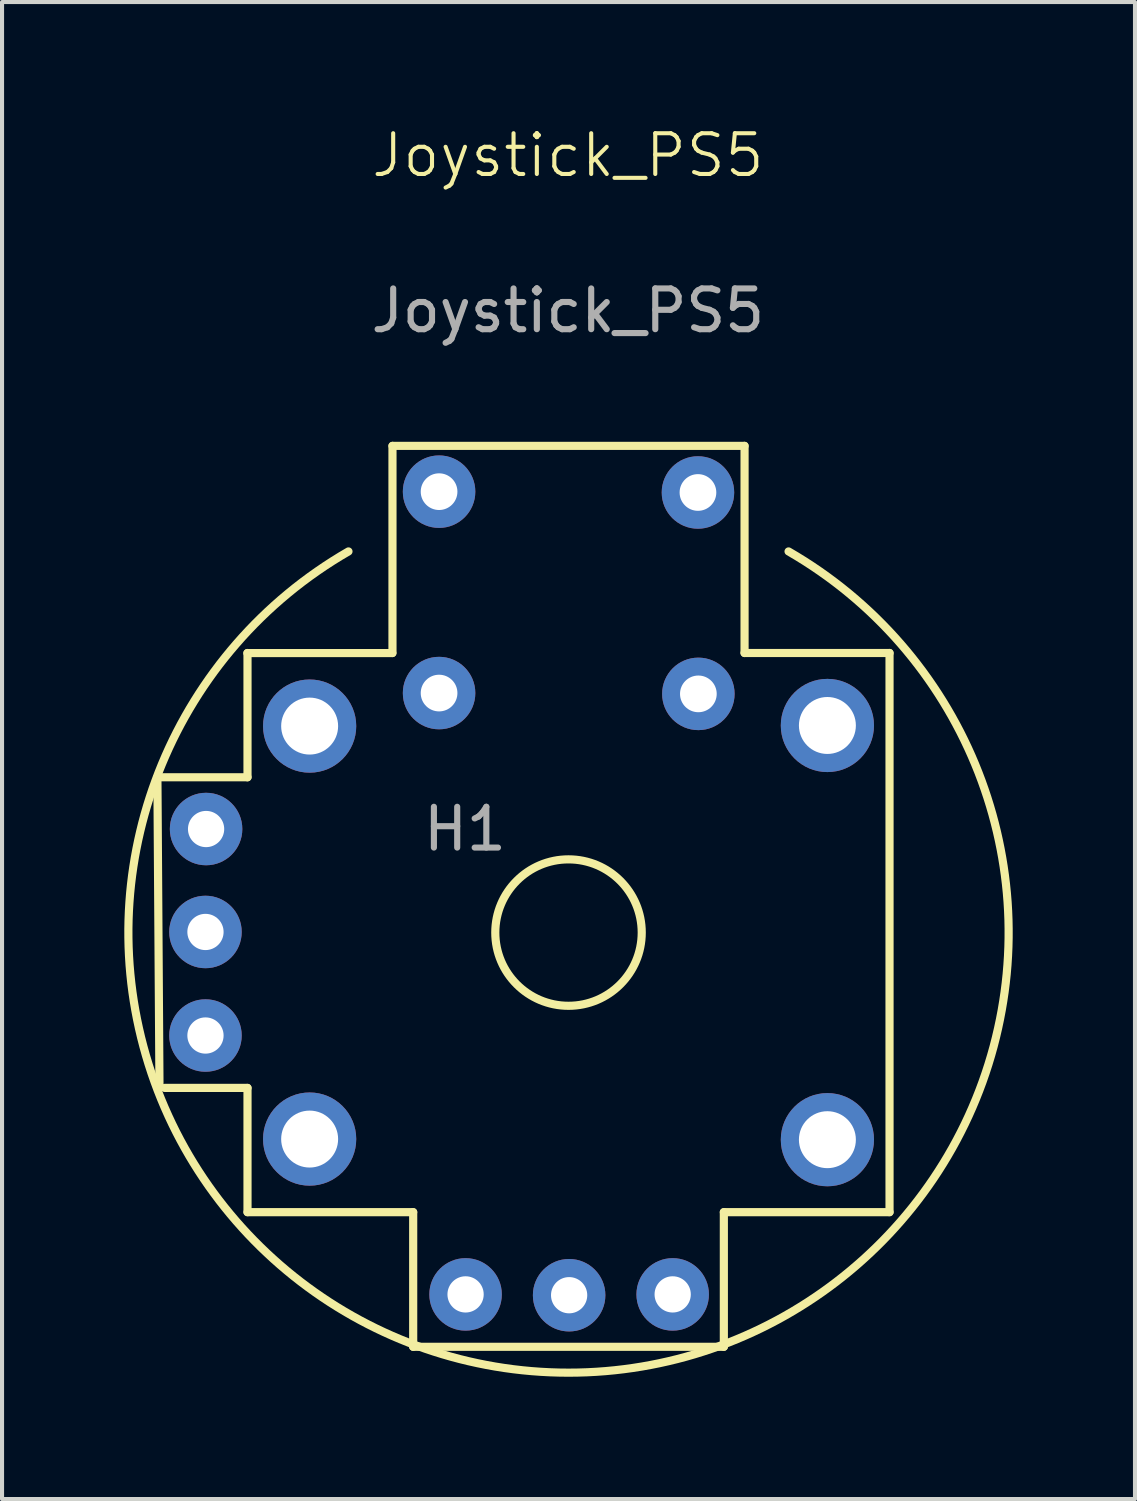
<source format=kicad_pcb>
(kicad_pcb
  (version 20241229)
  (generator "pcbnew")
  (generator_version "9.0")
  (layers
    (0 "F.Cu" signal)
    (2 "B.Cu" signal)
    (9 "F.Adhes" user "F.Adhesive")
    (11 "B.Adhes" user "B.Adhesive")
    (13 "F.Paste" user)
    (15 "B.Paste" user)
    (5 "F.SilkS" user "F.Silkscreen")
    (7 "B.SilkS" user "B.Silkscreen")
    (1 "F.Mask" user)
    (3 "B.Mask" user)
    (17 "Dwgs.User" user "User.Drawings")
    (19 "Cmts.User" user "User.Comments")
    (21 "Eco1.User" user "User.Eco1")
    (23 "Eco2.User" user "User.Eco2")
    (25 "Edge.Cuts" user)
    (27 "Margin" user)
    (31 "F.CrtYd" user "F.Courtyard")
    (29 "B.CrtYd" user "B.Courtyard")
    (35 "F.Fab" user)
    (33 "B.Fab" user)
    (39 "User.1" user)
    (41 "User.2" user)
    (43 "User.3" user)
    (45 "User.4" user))
  (footprint "Joystick_PS5"
    (layer "F.Cu")
    (at 10.895 19.825)
    (property "Reference" "Joystick_PS5" (at -0.015 -19.065 0) (unlocked yes) (layer "F.SilkS") (effects (font (size 1 1) (thickness 0.1))))
    (attr through_hole)
    (fp_line (start -10.084 -3.81) (end -7.874 -3.81) (stroke (width 0.2) (type solid)) (layer "F.SilkS"))
    (fp_line (start -10.033 3.81) (end -10.084 -3.81) (stroke (width 0.2) (type solid)) (layer "F.SilkS"))
    (fp_line (start -7.878 -6.856) (end -4.322 -6.856) (stroke (width 0.2) (type solid)) (layer "F.SilkS"))
    (fp_line (start -7.874 -3.81) (end -7.874 -6.858) (stroke (width 0.2) (type solid)) (layer "F.SilkS"))
    (fp_line (start -7.874 3.81) (end -9.906 3.81) (stroke (width 0.2) (type solid)) (layer "F.SilkS"))
    (fp_line (start -7.874 6.858) (end -7.874 3.81) (stroke (width 0.2) (type solid)) (layer "F.SilkS"))
    (fp_line (start -4.318 -11.938) (end -4.318 -6.858) (stroke (width 0.2) (type solid)) (layer "F.SilkS"))
    (fp_line (start -4.318 -11.938) (end 4.318 -11.938) (stroke (width 0.2) (type solid)) (layer "F.SilkS"))
    (fp_line (start -3.81 6.858) (end -7.874 6.858) (stroke (width 0.2) (type solid)) (layer "F.SilkS"))
    (fp_line (start -3.81 10.16) (end -3.81 6.858) (stroke (width 0.2) (type solid)) (layer "F.SilkS"))
    (fp_line (start 3.81 6.858) (end 3.81 10.16) (stroke (width 0.2) (type solid)) (layer "F.SilkS"))
    (fp_line (start 3.81 10.16) (end -3.81 10.16) (stroke (width 0.2) (type solid)) (layer "F.SilkS"))
    (fp_line (start 4.318 -11.938) (end 4.318 -6.858) (stroke (width 0.2) (type solid)) (layer "F.SilkS"))
    (fp_line (start 4.318 -6.858) (end 7.874 -6.858) (stroke (width 0.2) (type solid)) (layer "F.SilkS"))
    (fp_line (start 7.874 -6.858) (end 7.874 6.858) (stroke (width 0.2) (type solid)) (layer "F.SilkS"))
    (fp_line (start 7.874 6.858) (end 3.81 6.858) (stroke (width 0.2) (type solid)) (layer "F.SilkS"))
    (fp_arc (start 5.3975 -9.348751) (mid 0 10.794993) (end -5.3975 -9.348751) (stroke (width 0.2) (type solid)) (layer "F.SilkS"))
    (fp_circle (center 0 -0.000002) (end 1.796 -0.000002) (stroke (width 0.2) (type solid)) (fill no) (layer "F.SilkS"))
    (fp_line (start -9.906 3.81) (end -10.033 3.81) (stroke (width 0.2) (type solid)) (layer "Eco1.User"))
    (fp_line (start -4.318 -11.938) (end -4.318 -11.938) (stroke (width 0.2) (type solid)) (layer "Eco1.User"))
    (fp_circle (center -8.89 -2.54) (end -8.445 -2.54) (stroke (width 0.2) (type solid)) (fill no) (layer "Eco1.User"))
    (fp_circle (center -8.89 -2.54) (end -8.42 -2.54) (stroke (width 0.2) (type solid)) (fill no) (layer "Eco1.User"))
    (fp_circle (center -8.89 -2.54) (end -8.42 -2.54) (stroke (width 0.2) (type solid)) (fill no) (layer "Eco1.User"))
    (fp_circle (center -8.89 -2.54) (end -8.001 -2.54) (stroke (width 0.2) (type solid)) (fill no) (layer "Eco1.User"))
    (fp_circle (center -8.89 -2.54) (end -7.95 -2.54) (stroke (width 0.2) (type solid)) (fill no) (layer "Eco1.User"))
    (fp_circle (center -8.89 -2.54) (end -7.95 -2.54) (stroke (width 0.2) (type solid)) (fill no) (layer "Eco1.User"))
    (fp_circle (center -8.89 -0.000002) (end -8.445 -0.000002) (stroke (width 0.2) (type solid)) (fill no) (layer "Eco1.User"))
    (fp_circle (center -8.89 -0.000002) (end -8.42 -0.000002) (stroke (width 0.2) (type solid)) (fill no) (layer "Eco1.User"))
    (fp_circle (center -8.89 -0.000002) (end -8.42 -0.000002) (stroke (width 0.2) (type solid)) (fill no) (layer "Eco1.User"))
    (fp_circle (center -8.89 -0.000002) (end -8.001 -0.000002) (stroke (width 0.2) (type solid)) (fill no) (layer "Eco1.User"))
    (fp_circle (center -8.89 -0.000002) (end -7.95 -0.000002) (stroke (width 0.2) (type solid)) (fill no) (layer "Eco1.User"))
    (fp_circle (center -8.89 -0.000002) (end -7.95 -0.000002) (stroke (width 0.2) (type solid)) (fill no) (layer "Eco1.User"))
    (fp_circle (center -8.89 2.54) (end -8.445 2.54) (stroke (width 0.2) (type solid)) (fill no) (layer "Eco1.User"))
    (fp_circle (center -8.89 2.54) (end -8.42 2.54) (stroke (width 0.2) (type solid)) (fill no) (layer "Eco1.User"))
    (fp_circle (center -8.89 2.54) (end -8.42 2.54) (stroke (width 0.2) (type solid)) (fill no) (layer "Eco1.User"))
    (fp_circle (center -8.89 2.54) (end -8.001 2.54) (stroke (width 0.2) (type solid)) (fill no) (layer "Eco1.User"))
    (fp_circle (center -8.89 2.54) (end -7.95 2.54) (stroke (width 0.2) (type solid)) (fill no) (layer "Eco1.User"))
    (fp_circle (center -8.89 2.54) (end -7.95 2.54) (stroke (width 0.2) (type solid)) (fill no) (layer "Eco1.User"))
    (fp_circle (center -6.35 -5.08) (end -5.652 -5.08) (stroke (width 0.2) (type solid)) (fill no) (layer "Eco1.User"))
    (fp_circle (center -6.35 -5.08) (end -5.62 -5.08) (stroke (width 0.2) (type solid)) (fill no) (layer "Eco1.User"))
    (fp_circle (center -6.35 -5.08) (end -5.62 -5.08) (stroke (width 0.2) (type solid)) (fill no) (layer "Eco1.User"))
    (fp_circle (center -6.35 -5.08) (end -5.207 -5.08) (stroke (width 0.2) (type solid)) (fill no) (layer "Eco1.User"))
    (fp_circle (center -6.35 -5.08) (end -5.156 -5.08) (stroke (width 0.2) (type solid)) (fill no) (layer "Eco1.User"))
    (fp_circle (center -6.35 -5.08) (end -5.156 -5.08) (stroke (width 0.2) (type solid)) (fill no) (layer "Eco1.User"))
    (fp_circle (center -6.35 5.08) (end -5.652 5.08) (stroke (width 0.2) (type solid)) (fill no) (layer "Eco1.User"))
    (fp_circle (center -6.35 5.08) (end -5.62 5.08) (stroke (width 0.2) (type solid)) (fill no) (layer "Eco1.User"))
    (fp_circle (center -6.35 5.08) (end -5.62 5.08) (stroke (width 0.2) (type solid)) (fill no) (layer "Eco1.User"))
    (fp_circle (center -6.35 5.08) (end -5.207 5.08) (stroke (width 0.2) (type solid)) (fill no) (layer "Eco1.User"))
    (fp_circle (center -6.35 5.08) (end -5.156 5.08) (stroke (width 0.2) (type solid)) (fill no) (layer "Eco1.User"))
    (fp_circle (center -6.35 5.08) (end -5.156 5.08) (stroke (width 0.2) (type solid)) (fill no) (layer "Eco1.User"))
    (fp_circle (center -3.175 -10.795) (end -2.731 -10.795) (stroke (width 0.2) (type solid)) (fill no) (layer "Eco1.User"))
    (fp_circle (center -3.175 -10.795) (end -2.705 -10.795) (stroke (width 0.2) (type solid)) (fill no) (layer "Eco1.User"))
    (fp_circle (center -3.175 -10.795) (end -2.705 -10.795) (stroke (width 0.2) (type solid)) (fill no) (layer "Eco1.User"))
    (fp_circle (center -3.175 -10.795) (end -2.286 -10.795) (stroke (width 0.2) (type solid)) (fill no) (layer "Eco1.User"))
    (fp_circle (center -3.175 -10.795) (end -2.235 -10.795) (stroke (width 0.2) (type solid)) (fill no) (layer "Eco1.User"))
    (fp_circle (center -3.175 -10.795) (end -2.235 -10.795) (stroke (width 0.2) (type solid)) (fill no) (layer "Eco1.User"))
    (fp_circle (center -3.175 -5.842) (end -2.731 -5.842) (stroke (width 0.2) (type solid)) (fill no) (layer "Eco1.User"))
    (fp_circle (center -3.175 -5.842) (end -2.705 -5.842) (stroke (width 0.2) (type solid)) (fill no) (layer "Eco1.User"))
    (fp_circle (center -3.175 -5.842) (end -2.705 -5.842) (stroke (width 0.2) (type solid)) (fill no) (layer "Eco1.User"))
    (fp_circle (center -3.175 -5.842) (end -2.286 -5.842) (stroke (width 0.2) (type solid)) (fill no) (layer "Eco1.User"))
    (fp_circle (center -3.175 -5.842) (end -2.235 -5.842) (stroke (width 0.2) (type solid)) (fill no) (layer "Eco1.User"))
    (fp_circle (center -3.175 -5.842) (end -2.235 -5.842) (stroke (width 0.2) (type solid)) (fill no) (layer "Eco1.User"))
    (fp_circle (center -2.54 8.89) (end -2.095 8.89) (stroke (width 0.2) (type solid)) (fill no) (layer "Eco1.User"))
    (fp_circle (center -2.54 8.89) (end -2.07 8.89) (stroke (width 0.2) (type solid)) (fill no) (layer "Eco1.User"))
    (fp_circle (center -2.54 8.89) (end -2.07 8.89) (stroke (width 0.2) (type solid)) (fill no) (layer "Eco1.User"))
    (fp_circle (center -2.54 8.89) (end -1.651 8.89) (stroke (width 0.2) (type solid)) (fill no) (layer "Eco1.User"))
    (fp_circle (center -2.54 8.89) (end -1.6 8.89) (stroke (width 0.2) (type solid)) (fill no) (layer "Eco1.User"))
    (fp_circle (center -2.54 8.89) (end -1.6 8.89) (stroke (width 0.2) (type solid)) (fill no) (layer "Eco1.User"))
    (fp_circle (center 0 8.89) (end 0.445 8.89) (stroke (width 0.2) (type solid)) (fill no) (layer "Eco1.User"))
    (fp_circle (center 0 8.89) (end 0.47 8.89) (stroke (width 0.2) (type solid)) (fill no) (layer "Eco1.User"))
    (fp_circle (center 0 8.89) (end 0.47 8.89) (stroke (width 0.2) (type solid)) (fill no) (layer "Eco1.User"))
    (fp_circle (center 0 8.89) (end 0.889 8.89) (stroke (width 0.2) (type solid)) (fill no) (layer "Eco1.User"))
    (fp_circle (center 0 8.89) (end 0.94 8.89) (stroke (width 0.2) (type solid)) (fill no) (layer "Eco1.User"))
    (fp_circle (center 0 8.89) (end 0.94 8.89) (stroke (width 0.2) (type solid)) (fill no) (layer "Eco1.User"))
    (fp_circle (center 2.54 8.89) (end 2.985 8.89) (stroke (width 0.2) (type solid)) (fill no) (layer "Eco1.User"))
    (fp_circle (center 2.54 8.89) (end 3.01 8.89) (stroke (width 0.2) (type solid)) (fill no) (layer "Eco1.User"))
    (fp_circle (center 2.54 8.89) (end 3.01 8.89) (stroke (width 0.2) (type solid)) (fill no) (layer "Eco1.User"))
    (fp_circle (center 2.54 8.89) (end 3.429 8.89) (stroke (width 0.2) (type solid)) (fill no) (layer "Eco1.User"))
    (fp_circle (center 2.54 8.89) (end 3.48 8.89) (stroke (width 0.2) (type solid)) (fill no) (layer "Eco1.User"))
    (fp_circle (center 2.54 8.89) (end 3.48 8.89) (stroke (width 0.2) (type solid)) (fill no) (layer "Eco1.User"))
    (fp_circle (center 3.175 -10.795) (end 3.619 -10.795) (stroke (width 0.2) (type solid)) (fill no) (layer "Eco1.User"))
    (fp_circle (center 3.175 -10.795) (end 3.645 -10.795) (stroke (width 0.2) (type solid)) (fill no) (layer "Eco1.User"))
    (fp_circle (center 3.175 -10.795) (end 3.645 -10.795) (stroke (width 0.2) (type solid)) (fill no) (layer "Eco1.User"))
    (fp_circle (center 3.175 -10.795) (end 4.064 -10.795) (stroke (width 0.2) (type solid)) (fill no) (layer "Eco1.User"))
    (fp_circle (center 3.175 -10.795) (end 4.115 -10.795) (stroke (width 0.2) (type solid)) (fill no) (layer "Eco1.User"))
    (fp_circle (center 3.175 -10.795) (end 4.115 -10.795) (stroke (width 0.2) (type solid)) (fill no) (layer "Eco1.User"))
    (fp_circle (center 3.175 -5.842) (end 3.619 -5.842) (stroke (width 0.2) (type solid)) (fill no) (layer "Eco1.User"))
    (fp_circle (center 3.175 -5.842) (end 3.645 -5.842) (stroke (width 0.2) (type solid)) (fill no) (layer "Eco1.User"))
    (fp_circle (center 3.175 -5.842) (end 3.645 -5.842) (stroke (width 0.2) (type solid)) (fill no) (layer "Eco1.User"))
    (fp_circle (center 3.175 -5.842) (end 4.064 -5.842) (stroke (width 0.2) (type solid)) (fill no) (layer "Eco1.User"))
    (fp_circle (center 3.175 -5.842) (end 4.115 -5.842) (stroke (width 0.2) (type solid)) (fill no) (layer "Eco1.User"))
    (fp_circle (center 3.175 -5.842) (end 4.115 -5.842) (stroke (width 0.2) (type solid)) (fill no) (layer "Eco1.User"))
    (fp_circle (center 6.35 -5.08) (end 7.048 -5.08) (stroke (width 0.2) (type solid)) (fill no) (layer "Eco1.User"))
    (fp_circle (center 6.35 -5.08) (end 7.08 -5.08) (stroke (width 0.2) (type solid)) (fill no) (layer "Eco1.User"))
    (fp_circle (center 6.35 -5.08) (end 7.08 -5.08) (stroke (width 0.2) (type solid)) (fill no) (layer "Eco1.User"))
    (fp_circle (center 6.35 -5.08) (end 7.493 -5.08) (stroke (width 0.2) (type solid)) (fill no) (layer "Eco1.User"))
    (fp_circle (center 6.35 -5.08) (end 7.544 -5.08) (stroke (width 0.2) (type solid)) (fill no) (layer "Eco1.User"))
    (fp_circle (center 6.35 -5.08) (end 7.544 -5.08) (stroke (width 0.2) (type solid)) (fill no) (layer "Eco1.User"))
    (fp_circle (center 6.35 5.08) (end 7.048 5.08) (stroke (width 0.2) (type solid)) (fill no) (layer "Eco1.User"))
    (fp_circle (center 6.35 5.08) (end 7.08 5.08) (stroke (width 0.2) (type solid)) (fill no) (layer "Eco1.User"))
    (fp_circle (center 6.35 5.08) (end 7.08 5.08) (stroke (width 0.2) (type solid)) (fill no) (layer "Eco1.User"))
    (fp_circle (center 6.35 5.08) (end 7.493 5.08) (stroke (width 0.2) (type solid)) (fill no) (layer "Eco1.User"))
    (fp_circle (center 6.35 5.08) (end 7.544 5.08) (stroke (width 0.2) (type solid)) (fill no) (layer "Eco1.User"))
    (fp_circle (center 6.35 5.08) (end 7.544 5.08) (stroke (width 0.2) (type solid)) (fill no) (layer "Eco1.User"))
    (fp_text user "H1" (at -2.54 -2.54 0) (unlocked yes) (layer "F.Fab") (effects (font (size 1 1) (thickness 0.15))))
    (fp_text user "${REFERENCE}" (at -0.015 -15.255 0) (unlocked yes) (layer "F.Fab") (effects (font (size 1 1) (thickness 0.15))))
    (pad "B1A" thru_hole circle (at -3.175 -10.815) (size 1.778 1.778) (drill 0.9) (layers "*.Cu" "*.Mask"))
    (pad "B1B" thru_hole circle (at 3.175 -10.795) (size 1.778 1.778) (drill 0.9) (layers "*.Cu" "*.Mask"))
    (pad "B2A" thru_hole circle (at -3.175 -5.875) (size 1.778 1.778) (drill 0.9) (layers "*.Cu" "*.Mask"))
    (pad "B2B" thru_hole circle (at 3.185 -5.855) (size 1.778 1.778) (drill 0.9) (layers "*.Cu" "*.Mask"))
    (pad "H1" thru_hole circle (at -2.525 8.875) (size 1.778 1.778) (drill 0.889) (layers "*.Cu" "*.Mask"))
    (pad "H2" thru_hole circle (at 0.015 8.895) (size 1.778 1.778) (drill 0.889) (layers "*.Cu" "*.Mask"))
    (pad "H3" thru_hole circle (at 2.555 8.875) (size 1.778 1.778) (drill 0.889) (layers "*.Cu" "*.Mask"))
    (pad "S1" thru_hole circle (at -6.35 -5.065) (size 2.286 2.286) (drill 1.397) (layers "*.Cu" "*.Mask"))
    (pad "S2" thru_hole circle (at -6.35 5.065) (size 2.286 2.286) (drill 1.397) (layers "*.Cu" "*.Mask"))
    (pad "S3" thru_hole circle (at 6.35 5.08) (size 2.286 2.286) (drill 1.397) (layers "*.Cu" "*.Mask"))
    (pad "S4" thru_hole circle (at 6.35 -5.08) (size 2.286 2.286) (drill 1.397) (layers "*.Cu" "*.Mask"))
    (pad "V1" thru_hole circle (at -8.89 -2.54) (size 1.778 1.778) (drill 0.889) (layers "*.Cu" "*.Mask"))
    (pad "V2" thru_hole circle (at -8.905 -0.015) (size 1.778 1.778) (drill 0.889) (layers "*.Cu" "*.Mask"))
    (pad "V3" thru_hole circle (at -8.905 2.525) (size 1.778 1.778) (drill 0.889) (layers "*.Cu" "*.Mask")))
  (gr_rect
    (start -3 -3)
    (end 24.79 33.72)
    (stroke (width 0.1) (type default))
    (fill no)
    (layer "Edge.Cuts")))
</source>
